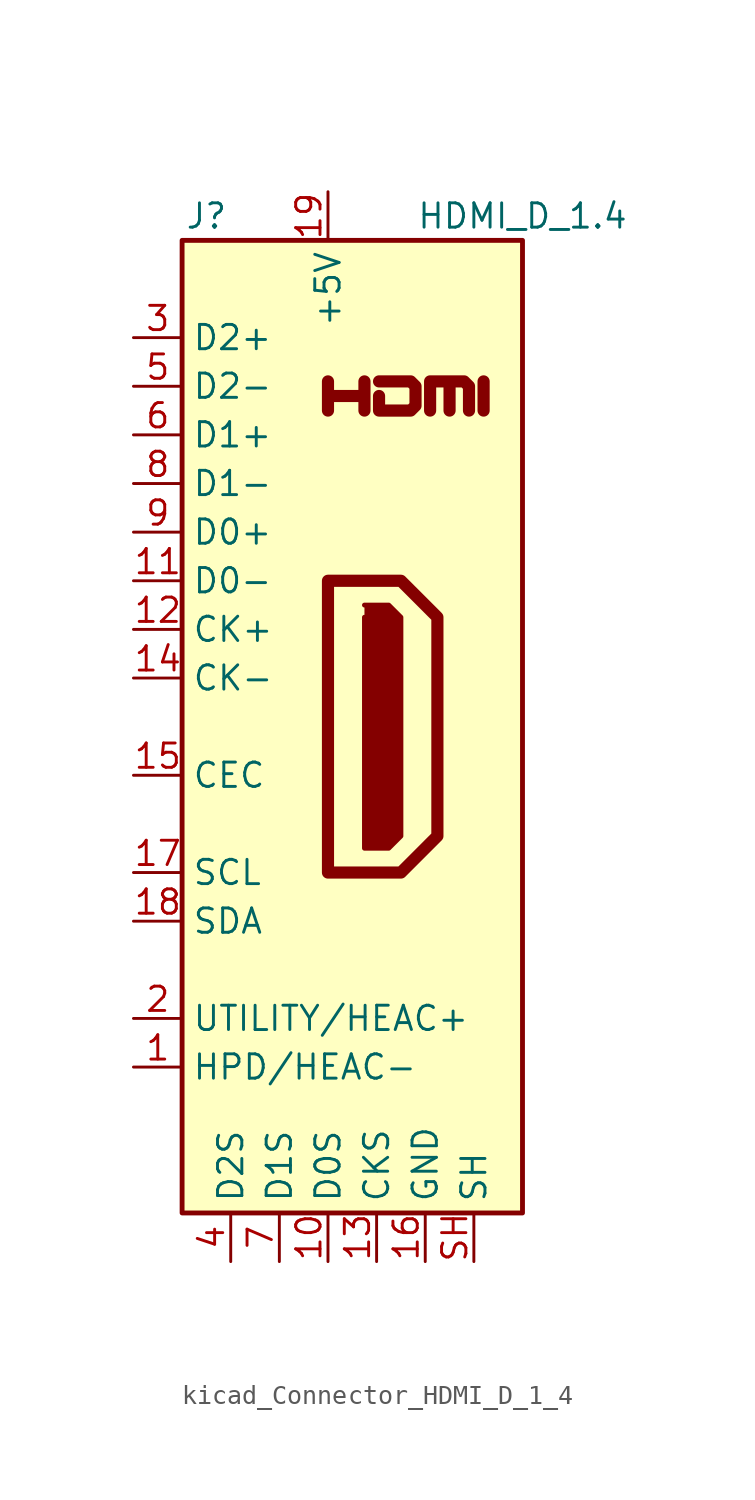
<source format=kicad_sym>
(kicad_symbol_lib
  (version 20220914)
  (generator kicad_symbol_editor)
  (symbol "kicad_Connector_HDMI_D_1_4"
    (property "Reference" "J"
      (at -6.35 26.67 0)
      (effects (font (size 1.27 1.27))))
    (property "Value" "HDMI_D_1.4"
      (at 10.16 26.67 0)
      (effects (font (size 1.27 1.27))))
    (symbol "kicad_Connector_HDMI_D_1_4_0_0"
      (polyline (pts (xy 8.128 16.51) (xy 8.128 18.034)) (stroke (width 0.635) (type default)) (fill (type none)))
      (polyline (pts (xy 0 16.51) (xy 0 18.034) (xy 0 17.272) (xy 1.905 17.272) (xy 1.905 18.034) (xy 1.905 16.51)) (stroke (width 0.635) (type default)) (fill (type none)))
      (polyline (pts (xy 2.667 18.034) (xy 4.318 18.034) (xy 4.572 17.78) (xy 4.572 16.764) (xy 4.318 16.51) (xy 2.667 16.51) (xy 2.667 17.272)) (stroke (width 0.635) (type default)) (fill (type none))))
    (symbol "kicad_Connector_HDMI_D_1_4_0_1"
      (rectangle (start -7.62 25.4) (end 10.16 -25.4) (stroke (width 0.254) (type default)) (fill (type background)))
      (polyline (pts (xy 0 7.62) (xy 3.81 7.62) (xy 5.715 5.715) (xy 5.715 -5.715) (xy 3.81 -7.62) (xy 0 -7.62) (xy 0 7.62)) (stroke (width 0.635) (type default)) (fill (type none)))
      (polyline (pts (xy 1.905 6.35) (xy 3.175 6.35) (xy 3.81 5.715) (xy 3.81 -5.715) (xy 3.175 -6.35) (xy 1.905 -6.35) (xy 1.905 5.715)) (stroke (width 0.254) (type default)) (fill (type outline)))
      (polyline (pts (xy 5.334 16.51) (xy 5.334 18.034) (xy 6.35 18.034) (xy 6.35 16.51) (xy 6.35 18.034) (xy 7.112 18.034) (xy 7.366 17.78) (xy 7.366 16.51)) (stroke (width 0.635) (type default)) (fill (type none))))
    (symbol "kicad_Connector_HDMI_D_1_4_1_1"
      (pin passive line (at -10.16 -17.78 0) (length 2.54) (name "HPD/HEAC-" (effects (font (size 1.27 1.27)))) (number "1" (effects (font (size 1.27 1.27)))))
      (pin power_in line (at 0 -27.94 90) (length 2.54) (name "D0S" (effects (font (size 1.27 1.27)))) (number "10" (effects (font (size 1.27 1.27)))))
      (pin passive line (at -10.16 7.62 0) (length 2.54) (name "D0-" (effects (font (size 1.27 1.27)))) (number "11" (effects (font (size 1.27 1.27)))))
      (pin passive line (at -10.16 5.08 0) (length 2.54) (name "CK+" (effects (font (size 1.27 1.27)))) (number "12" (effects (font (size 1.27 1.27)))))
      (pin power_in line (at 2.54 -27.94 90) (length 2.54) (name "CKS" (effects (font (size 1.27 1.27)))) (number "13" (effects (font (size 1.27 1.27)))))
      (pin passive line (at -10.16 2.54 0) (length 2.54) (name "CK-" (effects (font (size 1.27 1.27)))) (number "14" (effects (font (size 1.27 1.27)))))
      (pin bidirectional line (at -10.16 -2.54 0) (length 2.54) (name "CEC" (effects (font (size 1.27 1.27)))) (number "15" (effects (font (size 1.27 1.27)))))
      (pin power_in line (at 5.08 -27.94 90) (length 2.54) (name "GND" (effects (font (size 1.27 1.27)))) (number "16" (effects (font (size 1.27 1.27)))))
      (pin passive line (at -10.16 -7.62 0) (length 2.54) (name "SCL" (effects (font (size 1.27 1.27)))) (number "17" (effects (font (size 1.27 1.27)))))
      (pin bidirectional line (at -10.16 -10.16 0) (length 2.54) (name "SDA" (effects (font (size 1.27 1.27)))) (number "18" (effects (font (size 1.27 1.27)))))
      (pin power_in line (at 0 27.94 270) (length 2.54) (name "+5V" (effects (font (size 1.27 1.27)))) (number "19" (effects (font (size 1.27 1.27)))))
      (pin passive line (at -10.16 -15.24 0) (length 2.54) (name "UTILITY/HEAC+" (effects (font (size 1.27 1.27)))) (number "2" (effects (font (size 1.27 1.27)))))
      (pin passive line (at -10.16 20.32 0) (length 2.54) (name "D2+" (effects (font (size 1.27 1.27)))) (number "3" (effects (font (size 1.27 1.27)))))
      (pin power_in line (at -5.08 -27.94 90) (length 2.54) (name "D2S" (effects (font (size 1.27 1.27)))) (number "4" (effects (font (size 1.27 1.27)))))
      (pin passive line (at -10.16 17.78 0) (length 2.54) (name "D2-" (effects (font (size 1.27 1.27)))) (number "5" (effects (font (size 1.27 1.27)))))
      (pin passive line (at -10.16 15.24 0) (length 2.54) (name "D1+" (effects (font (size 1.27 1.27)))) (number "6" (effects (font (size 1.27 1.27)))))
      (pin power_in line (at -2.54 -27.94 90) (length 2.54) (name "D1S" (effects (font (size 1.27 1.27)))) (number "7" (effects (font (size 1.27 1.27)))))
      (pin passive line (at -10.16 12.7 0) (length 2.54) (name "D1-" (effects (font (size 1.27 1.27)))) (number "8" (effects (font (size 1.27 1.27)))))
      (pin passive line (at -10.16 10.16 0) (length 2.54) (name "D0+" (effects (font (size 1.27 1.27)))) (number "9" (effects (font (size 1.27 1.27)))))
      (pin passive line (at 7.62 -27.94 90) (length 2.54) (name "SH" (effects (font (size 1.27 1.27)))) (number "SH" (effects (font (size 1.27 1.27))))))))
</source>
